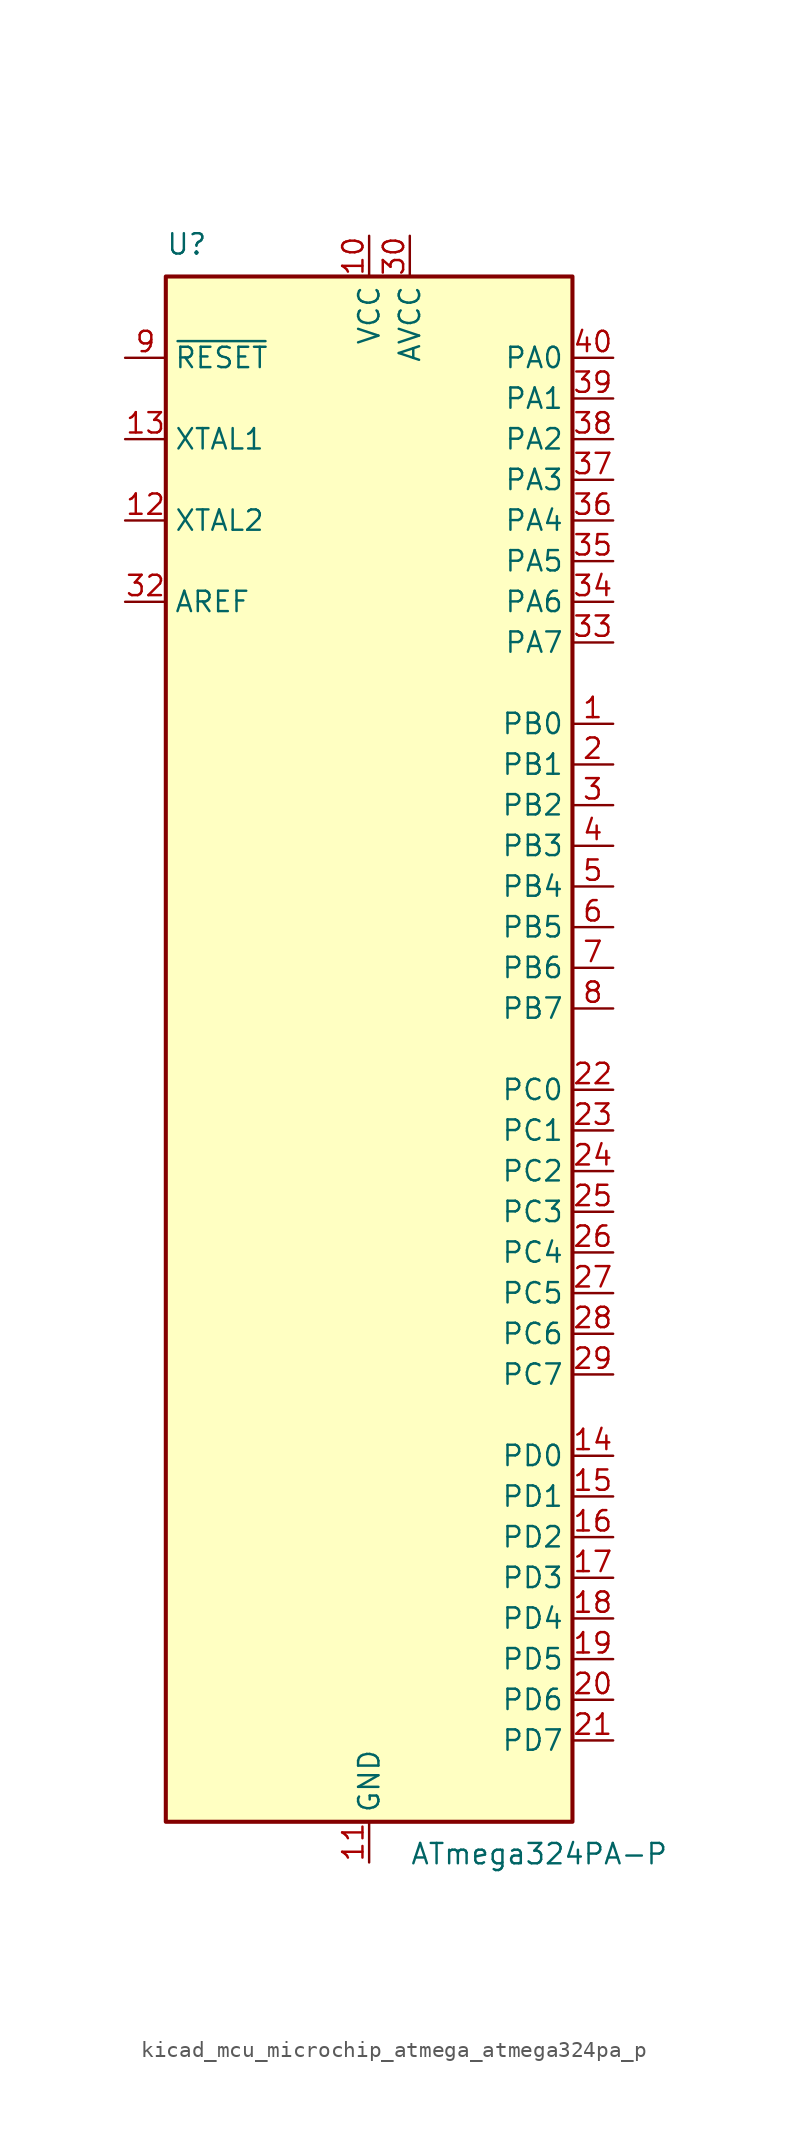
<source format=kicad_sym>
(kicad_symbol_lib
  (version 20220914)
  (generator kicad_symbol_editor)
  (symbol "kicad_mcu_microchip_atmega_atmega324pa_p"
    (property "Reference" "U"
      (at -12.7 49.53 0)
      (effects (font (size 1.27 1.27)) (justify left bottom)))
    (property "Value" "ATmega324PA-P"
      (at 2.54 -49.53 0)
      (effects (font (size 1.27 1.27)) (justify left top)))
    (symbol "kicad_mcu_microchip_atmega_atmega324pa_p_0_1"
      (rectangle (start -12.7 -48.26) (end 12.7 48.26) (stroke (width 0.254) (type default)) (fill (type background))))
    (symbol "kicad_mcu_microchip_atmega_atmega324pa_p_1_1"
      (pin bidirectional line (at 15.24 20.32 180) (length 2.54) (name "PB0" (effects (font (size 1.27 1.27)))) (number "1" (effects (font (size 1.27 1.27)))))
      (pin power_in line (at 0 50.8 270) (length 2.54) (name "VCC" (effects (font (size 1.27 1.27)))) (number "10" (effects (font (size 1.27 1.27)))))
      (pin power_in line (at 0 -50.8 90) (length 2.54) (name "GND" (effects (font (size 1.27 1.27)))) (number "11" (effects (font (size 1.27 1.27)))))
      (pin output line (at -15.24 33.02 0) (length 2.54) (name "XTAL2" (effects (font (size 1.27 1.27)))) (number "12" (effects (font (size 1.27 1.27)))))
      (pin input line (at -15.24 38.1 0) (length 2.54) (name "XTAL1" (effects (font (size 1.27 1.27)))) (number "13" (effects (font (size 1.27 1.27)))))
      (pin bidirectional line (at 15.24 -25.4 180) (length 2.54) (name "PD0" (effects (font (size 1.27 1.27)))) (number "14" (effects (font (size 1.27 1.27)))))
      (pin bidirectional line (at 15.24 -27.94 180) (length 2.54) (name "PD1" (effects (font (size 1.27 1.27)))) (number "15" (effects (font (size 1.27 1.27)))))
      (pin bidirectional line (at 15.24 -30.48 180) (length 2.54) (name "PD2" (effects (font (size 1.27 1.27)))) (number "16" (effects (font (size 1.27 1.27)))))
      (pin bidirectional line (at 15.24 -33.02 180) (length 2.54) (name "PD3" (effects (font (size 1.27 1.27)))) (number "17" (effects (font (size 1.27 1.27)))))
      (pin bidirectional line (at 15.24 -35.56 180) (length 2.54) (name "PD4" (effects (font (size 1.27 1.27)))) (number "18" (effects (font (size 1.27 1.27)))))
      (pin bidirectional line (at 15.24 -38.1 180) (length 2.54) (name "PD5" (effects (font (size 1.27 1.27)))) (number "19" (effects (font (size 1.27 1.27)))))
      (pin bidirectional line (at 15.24 17.78 180) (length 2.54) (name "PB1" (effects (font (size 1.27 1.27)))) (number "2" (effects (font (size 1.27 1.27)))))
      (pin bidirectional line (at 15.24 -40.64 180) (length 2.54) (name "PD6" (effects (font (size 1.27 1.27)))) (number "20" (effects (font (size 1.27 1.27)))))
      (pin bidirectional line (at 15.24 -43.18 180) (length 2.54) (name "PD7" (effects (font (size 1.27 1.27)))) (number "21" (effects (font (size 1.27 1.27)))))
      (pin bidirectional line (at 15.24 -2.54 180) (length 2.54) (name "PC0" (effects (font (size 1.27 1.27)))) (number "22" (effects (font (size 1.27 1.27)))))
      (pin bidirectional line (at 15.24 -5.08 180) (length 2.54) (name "PC1" (effects (font (size 1.27 1.27)))) (number "23" (effects (font (size 1.27 1.27)))))
      (pin bidirectional line (at 15.24 -7.62 180) (length 2.54) (name "PC2" (effects (font (size 1.27 1.27)))) (number "24" (effects (font (size 1.27 1.27)))))
      (pin bidirectional line (at 15.24 -10.16 180) (length 2.54) (name "PC3" (effects (font (size 1.27 1.27)))) (number "25" (effects (font (size 1.27 1.27)))))
      (pin bidirectional line (at 15.24 -12.7 180) (length 2.54) (name "PC4" (effects (font (size 1.27 1.27)))) (number "26" (effects (font (size 1.27 1.27)))))
      (pin bidirectional line (at 15.24 -15.24 180) (length 2.54) (name "PC5" (effects (font (size 1.27 1.27)))) (number "27" (effects (font (size 1.27 1.27)))))
      (pin bidirectional line (at 15.24 -17.78 180) (length 2.54) (name "PC6" (effects (font (size 1.27 1.27)))) (number "28" (effects (font (size 1.27 1.27)))))
      (pin bidirectional line (at 15.24 -20.32 180) (length 2.54) (name "PC7" (effects (font (size 1.27 1.27)))) (number "29" (effects (font (size 1.27 1.27)))))
      (pin bidirectional line (at 15.24 15.24 180) (length 2.54) (name "PB2" (effects (font (size 1.27 1.27)))) (number "3" (effects (font (size 1.27 1.27)))))
      (pin power_in line (at 2.54 50.8 270) (length 2.54) (name "AVCC" (effects (font (size 1.27 1.27)))) (number "30" (effects (font (size 1.27 1.27)))))
      (pin passive line (at 0 -50.8 90) (length 2.54) hide (name "GND" (effects (font (size 1.27 1.27)))) (number "31" (effects (font (size 1.27 1.27)))))
      (pin passive line (at -15.24 27.94 0) (length 2.54) (name "AREF" (effects (font (size 1.27 1.27)))) (number "32" (effects (font (size 1.27 1.27)))))
      (pin bidirectional line (at 15.24 25.4 180) (length 2.54) (name "PA7" (effects (font (size 1.27 1.27)))) (number "33" (effects (font (size 1.27 1.27)))))
      (pin bidirectional line (at 15.24 27.94 180) (length 2.54) (name "PA6" (effects (font (size 1.27 1.27)))) (number "34" (effects (font (size 1.27 1.27)))))
      (pin bidirectional line (at 15.24 30.48 180) (length 2.54) (name "PA5" (effects (font (size 1.27 1.27)))) (number "35" (effects (font (size 1.27 1.27)))))
      (pin bidirectional line (at 15.24 33.02 180) (length 2.54) (name "PA4" (effects (font (size 1.27 1.27)))) (number "36" (effects (font (size 1.27 1.27)))))
      (pin bidirectional line (at 15.24 35.56 180) (length 2.54) (name "PA3" (effects (font (size 1.27 1.27)))) (number "37" (effects (font (size 1.27 1.27)))))
      (pin bidirectional line (at 15.24 38.1 180) (length 2.54) (name "PA2" (effects (font (size 1.27 1.27)))) (number "38" (effects (font (size 1.27 1.27)))))
      (pin bidirectional line (at 15.24 40.64 180) (length 2.54) (name "PA1" (effects (font (size 1.27 1.27)))) (number "39" (effects (font (size 1.27 1.27)))))
      (pin bidirectional line (at 15.24 12.7 180) (length 2.54) (name "PB3" (effects (font (size 1.27 1.27)))) (number "4" (effects (font (size 1.27 1.27)))))
      (pin bidirectional line (at 15.24 43.18 180) (length 2.54) (name "PA0" (effects (font (size 1.27 1.27)))) (number "40" (effects (font (size 1.27 1.27)))))
      (pin bidirectional line (at 15.24 10.16 180) (length 2.54) (name "PB4" (effects (font (size 1.27 1.27)))) (number "5" (effects (font (size 1.27 1.27)))))
      (pin bidirectional line (at 15.24 7.62 180) (length 2.54) (name "PB5" (effects (font (size 1.27 1.27)))) (number "6" (effects (font (size 1.27 1.27)))))
      (pin bidirectional line (at 15.24 5.08 180) (length 2.54) (name "PB6" (effects (font (size 1.27 1.27)))) (number "7" (effects (font (size 1.27 1.27)))))
      (pin bidirectional line (at 15.24 2.54 180) (length 2.54) (name "PB7" (effects (font (size 1.27 1.27)))) (number "8" (effects (font (size 1.27 1.27)))))
      (pin input line (at -15.24 43.18 0) (length 2.54) (name "~{RESET}" (effects (font (size 1.27 1.27)))) (number "9" (effects (font (size 1.27 1.27))))))))
</source>
